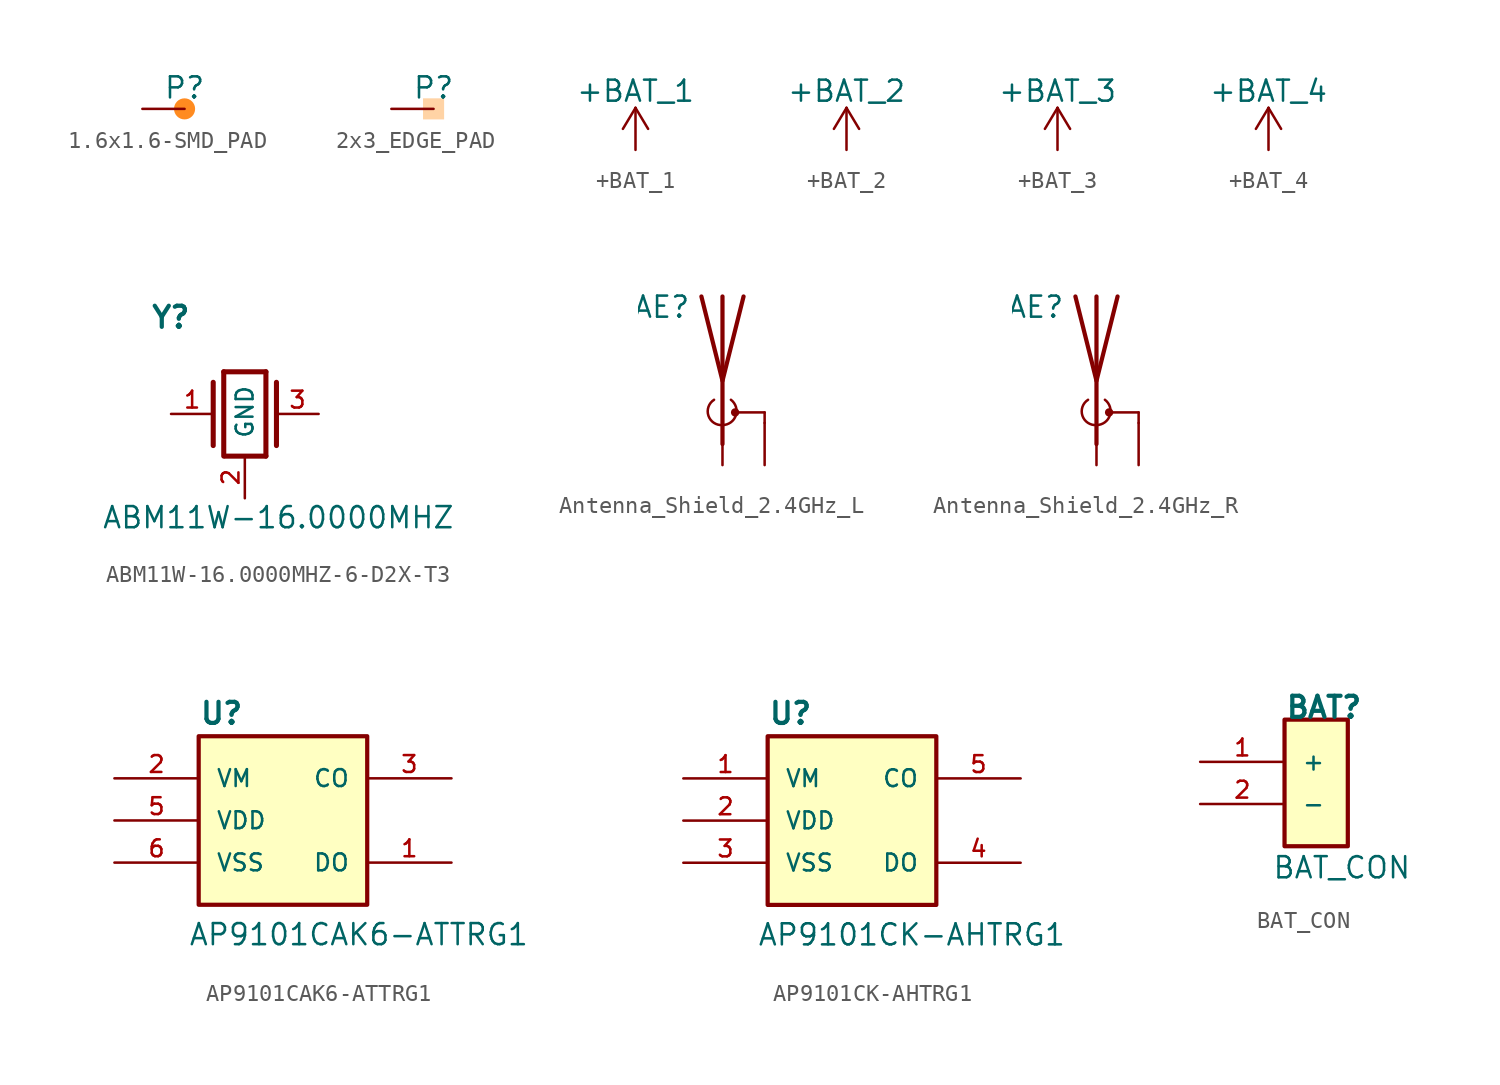
<source format=kicad_sym>
(kicad_symbol_lib
  (version 20220914)
  (generator kicad_symbol_editor)
  (symbol "1.6x1.6-SMD_PAD"
    (pin_numbers hide)
    (pin_names
      (offset 0) hide)
    (property "Reference" "P"
      (at 2.54 1.27 0)
      (effects (font (size 1.27 1.27))))
    (symbol "1.6x1.6-SMD_PAD_1_0"
      (pin passive line (at 0 0 0) (length 2.54) (name "" (effects (font (size 1.016 1.016)))) (number "1" (effects (font (size 1.016 1.016))))))
    (symbol "1.6x1.6-SMD_PAD_1_1"
      (circle (center 2.54 0) (radius 0.635) (stroke (width -0.0001) (type default)) (fill (type color) (color 255 139 32 1)))))
  (symbol "2x3_EDGE_PAD"
    (pin_numbers hide)
    (pin_names
      (offset 0) hide)
    (property "Reference" "P"
      (at 0 1.27 0)
      (effects (font (size 1.27 1.27))))
    (property "Value" ""
      (at 0 0 0)
      (effects (font (size 1.27 1.27))))
    (symbol "2x3_EDGE_PAD_1_1"
      (rectangle (start -0.635 0.635) (end 0.635 -0.635) (stroke (width -0.0001) (type default)) (fill (type color) (color 255 211 165 1)))
      (pin input line (at -2.54 0 0) (length 2.54) (name "" (effects (font (size 1.27 1.27)))) (number "1" (effects (font (size 1.27 1.27)))))))
  (symbol "+BAT_1"
    (power)
    (pin_names
      (offset 0))
    (property "Reference" "#PWR"
      (at 0 -3.81 0)
      (effects (font (size 1.27 1.27)) hide))
    (property "Value" "+BAT_1"
      (at 0 3.556 0)
      (effects (font (size 1.27 1.27))))
    (symbol "+BAT_1_0_1"
      (polyline (pts (xy -0.762 1.27) (xy 0 2.54)) (stroke (width 0) (type default)) (fill (type none)))
      (polyline (pts (xy 0 0) (xy 0 2.54)) (stroke (width 0) (type default)) (fill (type none)))
      (polyline (pts (xy 0 2.54) (xy 0.762 1.27)) (stroke (width 0) (type default)) (fill (type none))))
    (symbol "+BAT_1_1_1"
      (pin power_in line (at 0 0 90) (length 0) hide (name "+BAT_1" (effects (font (size 1.27 1.27)))) (number "1" (effects (font (size 1.27 1.27)))))))
  (symbol "+BAT_2"
    (power)
    (pin_names
      (offset 0))
    (property "Reference" "#PWR"
      (at 0 -3.81 0)
      (effects (font (size 1.27 1.27)) hide))
    (property "Value" "+BAT_2"
      (at 0 3.556 0)
      (effects (font (size 1.27 1.27))))
    (symbol "+BAT_2_0_1"
      (polyline (pts (xy -0.762 1.27) (xy 0 2.54)) (stroke (width 0) (type default)) (fill (type none)))
      (polyline (pts (xy 0 0) (xy 0 2.54)) (stroke (width 0) (type default)) (fill (type none)))
      (polyline (pts (xy 0 2.54) (xy 0.762 1.27)) (stroke (width 0) (type default)) (fill (type none))))
    (symbol "+BAT_2_1_1"
      (pin power_in line (at 0 0 90) (length 0) hide (name "+BAT_2" (effects (font (size 1.27 1.27)))) (number "1" (effects (font (size 1.27 1.27)))))))
  (symbol "+BAT_3"
    (power)
    (pin_names
      (offset 0))
    (property "Reference" "#PWR"
      (at 0 -3.81 0)
      (effects (font (size 1.27 1.27)) hide))
    (property "Value" "+BAT_3"
      (at 0 3.556 0)
      (effects (font (size 1.27 1.27))))
    (symbol "+BAT_3_0_1"
      (polyline (pts (xy -0.762 1.27) (xy 0 2.54)) (stroke (width 0) (type default)) (fill (type none)))
      (polyline (pts (xy 0 0) (xy 0 2.54)) (stroke (width 0) (type default)) (fill (type none)))
      (polyline (pts (xy 0 2.54) (xy 0.762 1.27)) (stroke (width 0) (type default)) (fill (type none))))
    (symbol "+BAT_3_1_1"
      (pin power_in line (at 0 0 90) (length 0) hide (name "+BAT_3" (effects (font (size 1.27 1.27)))) (number "1" (effects (font (size 1.27 1.27)))))))
  (symbol "+BAT_4"
    (power)
    (pin_names
      (offset 0))
    (property "Reference" "#PWR"
      (at 0 -3.81 0)
      (effects (font (size 1.27 1.27)) hide))
    (property "Value" "+BAT_4"
      (at 0 3.556 0)
      (effects (font (size 1.27 1.27))))
    (symbol "+BAT_4_0_1"
      (polyline (pts (xy -0.762 1.27) (xy 0 2.54)) (stroke (width 0) (type default)) (fill (type none)))
      (polyline (pts (xy 0 0) (xy 0 2.54)) (stroke (width 0) (type default)) (fill (type none)))
      (polyline (pts (xy 0 2.54) (xy 0.762 1.27)) (stroke (width 0) (type default)) (fill (type none))))
    (symbol "+BAT_4_1_1"
      (pin power_in line (at 0 0 90) (length 0) hide (name "+BAT_4" (effects (font (size 1.27 1.27)))) (number "1" (effects (font (size 1.27 1.27)))))))
  (symbol "ABM11W-16.0000MHZ-6-D2X-T3"
    (pin_names
      (offset 1.016))
    (property "Reference" "Y"
      (at -5.715 5.08 0)
      (effects (font (size 1.27 1.27) bold) (justify left bottom)))
    (property "Value" "ABM11W-16.0000MHZ"
      (at -8.636 -6.985 0)
      (effects (font (size 1.27 1.27)) (justify left bottom)))
    (symbol "ABM11W-16.0000MHZ-6-D2X-T3_0_0"
      (pin passive line (at -4.445 0 0) (length 2.54) (name "~" (effects (font (size 1.016 1.016)))) (number "1" (effects (font (size 1.016 1.016)))))
      (pin passive line (at 4.445 0 180) (length 2.54) (name "~" (effects (font (size 1.016 1.016)))) (number "3" (effects (font (size 1.016 1.016))))))
    (symbol "ABM11W-16.0000MHZ-6-D2X-T3_1_0"
      (polyline (pts (xy -1.905 1.905) (xy -1.905 -1.905)) (stroke (width 0.305) (type default)) (fill (type none)))
      (polyline (pts (xy -1.27 2.54) (xy -1.27 -2.54)) (stroke (width 0.305) (type default)) (fill (type none)))
      (polyline (pts (xy -1.27 2.54) (xy 1.27 2.54)) (stroke (width 0.305) (type default)) (fill (type none)))
      (polyline (pts (xy 1.27 -2.54) (xy -1.194 -2.54)) (stroke (width 0.305) (type default)) (fill (type none)))
      (polyline (pts (xy 1.27 2.54) (xy 1.27 -2.54)) (stroke (width 0.305) (type default)) (fill (type none)))
      (polyline (pts (xy 1.905 1.905) (xy 1.905 -1.905)) (stroke (width 0.305) (type default)) (fill (type none)))
      (pin power_in line (at 0 -5.08 90) (length 2.54) (name "GND" (effects (font (size 1.016 1.016)))) (number "2" (effects (font (size 1.016 1.016)))))
      (pin power_in line (at 0 -5.08 90) (length 2.54) hide (name "GND" (effects (font (size 1.016 1.016)))) (number "4" (effects (font (size 1.016 1.016)))))))
  (symbol "Antenna_Shield_2.4GHz_L"
    (pin_numbers hide)
    (pin_names
      (offset 1.016) hide)
    (property "Reference" "AE"
      (at -1.905 4.445 0)
      (effects (font (size 1.27 1.27)) (justify right)))
    (symbol "Antenna_Shield_2.4GHz_L_0_1"
      (arc (start -0.508 -1.143) (mid -0.8429 -2.1194) (end 0 -2.667) (stroke (width 0) (type default)) (fill (type none)))
      (arc (start 0 -2.667) (mid 0.7989 -2.1052) (end 0.508 -1.143) (stroke (width 0) (type default)) (fill (type none)))
      (polyline (pts (xy 0 -2.54) (xy 0 0)) (stroke (width 0) (type default)) (fill (type none)))
      (polyline (pts (xy 0 5.08) (xy 0 -3.81)) (stroke (width 0.254) (type default)) (fill (type none)))
      (polyline (pts (xy 0.762 -1.905) (xy 2.54 -1.905)) (stroke (width 0) (type default)) (fill (type none)))
      (polyline (pts (xy 2.54 -2.54) (xy 2.54 -1.905)) (stroke (width 0) (type default)) (fill (type none)))
      (polyline (pts (xy 1.27 5.08) (xy 0 0) (xy -1.27 5.08)) (stroke (width 0.254) (type default)) (fill (type none)))
      (circle (center 0.762 -1.905) (radius 0.178) (stroke (width 0) (type default)) (fill (type outline))))
    (symbol "Antenna_Shield_2.4GHz_L_1_1"
      (pin input line (at 0 -5.08 90) (length 2.54) (name "A" (effects (font (size 1.27 1.27)))) (number "1" (effects (font (size 1.27 1.27)))))
      (pin input line (at 2.54 -5.08 90) (length 2.54) (name "Shield" (effects (font (size 1.27 1.27)))) (number "2" (effects (font (size 1.27 1.27)))))))
  (symbol "Antenna_Shield_2.4GHz_R"
    (pin_numbers hide)
    (pin_names
      (offset 1.016) hide)
    (property "Reference" "AE"
      (at -1.905 4.445 0)
      (effects (font (size 1.27 1.27)) (justify right)))
    (symbol "Antenna_Shield_2.4GHz_R_0_1"
      (arc (start -0.508 -1.143) (mid -0.8429 -2.1194) (end 0 -2.667) (stroke (width 0) (type default)) (fill (type none)))
      (arc (start 0 -2.667) (mid 0.7989 -2.1052) (end 0.508 -1.143) (stroke (width 0) (type default)) (fill (type none)))
      (polyline (pts (xy 0 -2.54) (xy 0 0)) (stroke (width 0) (type default)) (fill (type none)))
      (polyline (pts (xy 0 5.08) (xy 0 -3.81)) (stroke (width 0.254) (type default)) (fill (type none)))
      (polyline (pts (xy 0.762 -1.905) (xy 2.54 -1.905)) (stroke (width 0) (type default)) (fill (type none)))
      (polyline (pts (xy 2.54 -2.54) (xy 2.54 -1.905)) (stroke (width 0) (type default)) (fill (type none)))
      (polyline (pts (xy 1.27 5.08) (xy 0 0) (xy -1.27 5.08)) (stroke (width 0.254) (type default)) (fill (type none)))
      (circle (center 0.762 -1.905) (radius 0.178) (stroke (width 0) (type default)) (fill (type outline))))
    (symbol "Antenna_Shield_2.4GHz_R_1_1"
      (pin input line (at 0 -5.08 90) (length 2.54) (name "A" (effects (font (size 1.27 1.27)))) (number "1" (effects (font (size 1.27 1.27)))))
      (pin input line (at 2.54 -5.08 90) (length 2.54) (name "Shield" (effects (font (size 1.27 1.27)))) (number "2" (effects (font (size 1.27 1.27)))))))
  (symbol "AP9101CAK6-ATTRG1"
    (pin_names
      (offset 1.016))
    (property "Reference" "U"
      (at -5.08 5.715 0)
      (effects (font (size 1.27 1.27) bold) (justify left bottom)))
    (property "Value" "AP9101CAK6-ATTRG1"
      (at -5.715 -7.62 0)
      (do_not_autoplace)
      (effects (font (size 1.27 1.27)) (justify left bottom)))
    (symbol "AP9101CAK6-ATTRG1_0_0"
      (rectangle (start -5.08 5.08) (end 5.08 -5.08) (stroke (width 0.254) (type default)) (fill (type background))))
    (symbol "AP9101CAK6-ATTRG1_1_0"
      (pin bidirectional line (at 10.16 -2.54 180) (length 5.08) (name "DO" (effects (font (size 1.016 1.016)))) (number "1" (effects (font (size 1.016 1.016)))))
      (pin input line (at -10.16 2.54 0) (length 5.08) (name "VM" (effects (font (size 1.016 1.016)))) (number "2" (effects (font (size 1.016 1.016)))))
      (pin bidirectional line (at 10.16 2.54 180) (length 5.08) (name "CO" (effects (font (size 1.016 1.016)))) (number "3" (effects (font (size 1.016 1.016)))))
      (pin no_connect line (at 10.16 0 180) (length 5.08) hide (name "NC" (effects (font (size 1.016 1.016)))) (number "4" (effects (font (size 1.016 1.016)))))
      (pin power_in line (at -10.16 0 0) (length 5.08) (name "VDD" (effects (font (size 1.016 1.016)))) (number "5" (effects (font (size 1.016 1.016)))))
      (pin power_in line (at -10.16 -2.54 0) (length 5.08) (name "VSS" (effects (font (size 1.016 1.016)))) (number "6" (effects (font (size 1.016 1.016)))))))
  (symbol "AP9101CK-AHTRG1"
    (pin_names
      (offset 1.016))
    (property "Reference" "U"
      (at -5.08 5.715 0)
      (effects (font (size 1.27 1.27) bold) (justify left bottom)))
    (property "Value" "AP9101CK-AHTRG1"
      (at -5.715 -7.62 0)
      (do_not_autoplace)
      (effects (font (size 1.27 1.27)) (justify left bottom)))
    (symbol "AP9101CK-AHTRG1_0_0"
      (rectangle (start -5.08 5.08) (end 5.08 -5.08) (stroke (width 0.254) (type default)) (fill (type background))))
    (symbol "AP9101CK-AHTRG1_1_0"
      (pin input line (at -10.16 2.54 0) (length 5.08) (name "VM" (effects (font (size 1.016 1.016)))) (number "1" (effects (font (size 1.016 1.016)))))
      (pin power_in line (at -10.16 0 0) (length 5.08) (name "VDD" (effects (font (size 1.016 1.016)))) (number "2" (effects (font (size 1.016 1.016)))))
      (pin power_in line (at -10.16 -2.54 0) (length 5.08) (name "VSS" (effects (font (size 1.016 1.016)))) (number "3" (effects (font (size 1.016 1.016)))))
      (pin bidirectional line (at 10.16 -2.54 180) (length 5.08) (name "DO" (effects (font (size 1.016 1.016)))) (number "4" (effects (font (size 1.016 1.016)))))
      (pin bidirectional line (at 10.16 2.54 180) (length 5.08) (name "CO" (effects (font (size 1.016 1.016)))) (number "5" (effects (font (size 1.016 1.016)))))))
  (symbol "BAT_CON"
    (pin_names
      (offset 1.016))
    (property "Reference" "BAT"
      (at 0 3.81 0)
      (effects (font (size 1.27 1.27) bold) (justify left bottom)))
    (property "Value" "BAT_CON"
      (at -0.762 -5.842 0)
      (do_not_autoplace)
      (effects (font (size 1.27 1.27)) (justify left bottom)))
    (symbol "BAT_CON_0_0"
      (rectangle (start 0 3.81) (end 3.81 -3.81) (stroke (width 0.254) (type default)) (fill (type background))))
    (symbol "BAT_CON_1_0"
      (pin passive line (at -5.08 1.27 0) (length 5.08) (name "+" (effects (font (size 1.016 1.016)))) (number "1" (effects (font (size 1.016 1.016)))))
      (pin passive line (at -5.08 -1.27 0) (length 5.08) (name "-" (effects (font (size 1.016 1.016)))) (number "2" (effects (font (size 1.016 1.016))))))))
</source>
